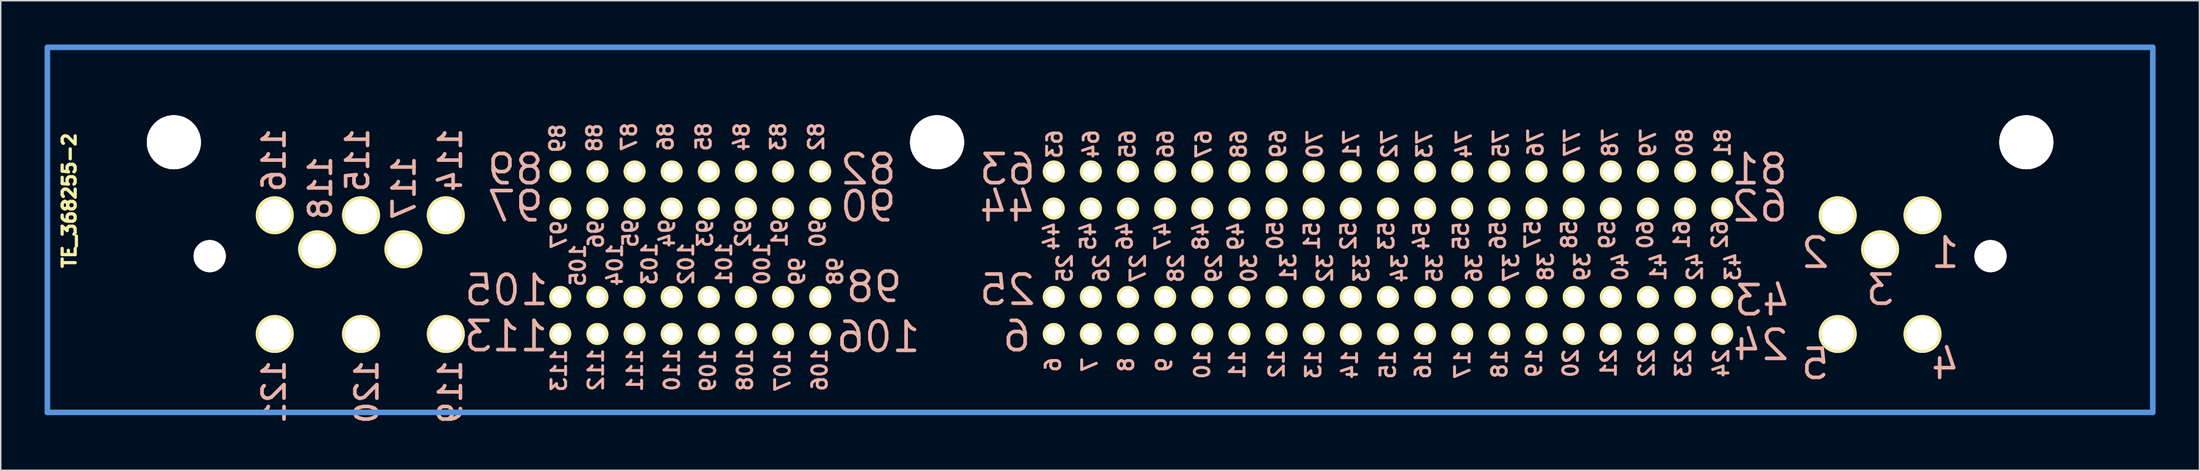
<source format=kicad_pcb>
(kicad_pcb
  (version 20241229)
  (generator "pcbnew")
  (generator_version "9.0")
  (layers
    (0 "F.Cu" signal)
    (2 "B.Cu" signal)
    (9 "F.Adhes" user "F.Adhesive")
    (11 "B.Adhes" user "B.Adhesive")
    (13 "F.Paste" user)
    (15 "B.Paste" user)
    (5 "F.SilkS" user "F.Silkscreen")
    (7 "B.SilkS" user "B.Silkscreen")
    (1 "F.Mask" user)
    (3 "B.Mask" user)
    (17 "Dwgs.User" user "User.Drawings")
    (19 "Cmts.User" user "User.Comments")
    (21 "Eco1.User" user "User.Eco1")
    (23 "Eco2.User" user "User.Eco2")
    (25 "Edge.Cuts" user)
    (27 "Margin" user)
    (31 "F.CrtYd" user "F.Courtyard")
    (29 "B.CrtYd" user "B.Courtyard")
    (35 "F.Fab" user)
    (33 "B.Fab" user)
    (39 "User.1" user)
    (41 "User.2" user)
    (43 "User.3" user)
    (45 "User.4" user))
  (footprint "TE_368255-2"
    (layer "F.Cu")
    (at 15.681 19.82)
    (property "Reference" "TE_368255-2" (at -13.99 -9.14 270) (layer "F.SilkS") (effects (font (size 0.889 0.889) (thickness 0.224))))
    (attr through_hole)
    (fp_line (start -15.49 5.37) (end -15.49 -19.63) (stroke (width 0.381) (type solid)) (layer "Cmts.User"))
    (fp_line (start 128.51 -19.63) (end -15.49 -19.63) (stroke (width 0.381) (type solid)) (layer "Cmts.User"))
    (fp_line (start 128.51 5.37) (end -15.49 5.37) (stroke (width 0.381) (type solid)) (layer "Cmts.User"))
    (fp_line (start 128.51 5.37) (end 128.51 -19.63) (stroke (width 0.381) (type solid)) (layer "Cmts.User"))
    (fp_text user "55" (at 81.2 -6.7 270) (layer "B.SilkS") (effects (font (size 1 1) (thickness 0.2)) (justify mirror)))
    (fp_text user "90" (at 37.2 -6.9 270) (layer "B.SilkS") (effects (font (size 1 1) (thickness 0.2)) (justify mirror)))
    (fp_text user "40" (at 92.1 -4.6 270) (layer "B.SilkS") (effects (font (size 1 1) (thickness 0.2)) (justify mirror)))
    (fp_text user "30" (at 66.7 -4.5 270) (layer "B.SilkS") (effects (font (size 1 1) (thickness 0.2)) (justify mirror)))
    (fp_text user "111" (at 24.7 2.5 270) (layer "B.SilkS") (effects (font (size 1 1) (thickness 0.2)) (justify mirror)))
    (fp_text user "113" (at 15.887 0.156 180) (layer "B.SilkS") (effects (font (size 2 2) (thickness 0.25)) (justify mirror)))
    (fp_text user "85" (at 29.4 -13.5 270) (layer "B.SilkS") (effects (font (size 1 1) (thickness 0.2)) (justify mirror)))
    (fp_text user "76" (at 86.3 -13.1 270) (layer "B.SilkS") (effects (font (size 1 1) (thickness 0.2)) (justify mirror)))
    (fp_text user "89" (at 19.4 -13.4 270) (layer "B.SilkS") (effects (font (size 1 1) (thickness 0.2)) (justify mirror)))
    (fp_text user "19" (at 86.2 2 270) (layer "B.SilkS") (effects (font (size 1 1) (thickness 0.2)) (justify mirror)))
    (fp_text user "36" (at 82.1 -4.5 270) (layer "B.SilkS") (effects (font (size 1 1) (thickness 0.2)) (justify mirror)))
    (fp_text user "28" (at 61.7 -4.5 270) (layer "B.SilkS") (effects (font (size 1 1) (thickness 0.2)) (justify mirror)))
    (fp_text user "82" (at 37.1 -13.5 270) (layer "B.SilkS") (effects (font (size 1 1) (thickness 0.2)) (justify mirror)))
    (fp_text user "5" (at 105.422 2.061 180) (layer "B.SilkS") (effects (font (size 2 2) (thickness 0.25)) (justify mirror)))
    (fp_text user "54" (at 78.5 -6.7 270) (layer "B.SilkS") (effects (font (size 1 1) (thickness 0.2)) (justify mirror)))
    (fp_text user "56" (at 83.732 -6.739 270) (layer "B.SilkS") (effects (font (size 1 1) (thickness 0.2)) (justify mirror)))
    (fp_text user "64" (at 55.9 -13 270) (layer "B.SilkS") (effects (font (size 1 1) (thickness 0.2)) (justify mirror)))
    (fp_text user "17" (at 81.3 2.1 270) (layer "B.SilkS") (effects (font (size 1 1) (thickness 0.2)) (justify mirror)))
    (fp_text user "98" (at 38.4 -4.3 270) (layer "B.SilkS") (effects (font (size 1 1) (thickness 0.2)) (justify mirror)))
    (fp_text user "16" (at 78.6 2.1 270) (layer "B.SilkS") (effects (font (size 1 1) (thickness 0.2)) (justify mirror)))
    (fp_text user "118" (at 3.187 -10.004 270) (layer "B.SilkS") (effects (font (size 1.5 1.5) (thickness 0.25)) (justify mirror)))
    (fp_text user "75" (at 83.932 -13.039 270) (layer "B.SilkS") (effects (font (size 1 1) (thickness 0.2)) (justify mirror)))
    (fp_text user "80" (at 96.5 -13.1 270) (layer "B.SilkS") (effects (font (size 1 1) (thickness 0.2)) (justify mirror)))
    (fp_text user "43" (at 99.8 -4.6 270) (layer "B.SilkS") (effects (font (size 1 1) (thickness 0.2)) (justify mirror)))
    (fp_text user "61" (at 96.3 -6.8 270) (layer "B.SilkS") (effects (font (size 1 1) (thickness 0.2)) (justify mirror)))
    (fp_text user "31" (at 69.392 -4.539 270) (layer "B.SilkS") (effects (font (size 1 1) (thickness 0.2)) (justify mirror)))
    (fp_text user "104" (at 23.332 -4.739 270) (layer "B.SilkS") (effects (font (size 1 1) (thickness 0.2)) (justify mirror)))
    (fp_text user "109" (at 29.7 2.5 270) (layer "B.SilkS") (effects (font (size 1 1) (thickness 0.2)) (justify mirror)))
    (fp_text user "52" (at 73.5 -6.7 270) (layer "B.SilkS") (effects (font (size 1 1) (thickness 0.2)) (justify mirror)))
    (fp_text user "86" (at 26.8 -13.5 270) (layer "B.SilkS") (effects (font (size 1 1) (thickness 0.2)) (justify mirror)))
    (fp_text user "20" (at 88.7 2 270) (layer "B.SilkS") (effects (font (size 1 1) (thickness 0.2)) (justify mirror)))
    (fp_text user "63" (at 50.177 -11.274 180) (layer "B.SilkS") (effects (font (size 2 2) (thickness 0.25)) (justify mirror)))
    (fp_text user "58" (at 88.6 -6.8 270) (layer "B.SilkS") (effects (font (size 1 1) (thickness 0.2)) (justify mirror)))
    (fp_text user "13" (at 71.1 2.1 270) (layer "B.SilkS") (effects (font (size 1 1) (thickness 0.2)) (justify mirror)))
    (fp_text user "25" (at 50.177 -3.019 180) (layer "B.SilkS") (effects (font (size 2 2) (thickness 0.25)) (justify mirror)))
    (fp_text user "70" (at 71.2 -13 270) (layer "B.SilkS") (effects (font (size 1 1) (thickness 0.2)) (justify mirror)))
    (fp_text user "27" (at 59.1 -4.5 270) (layer "B.SilkS") (effects (font (size 1 1) (thickness 0.2)) (justify mirror)))
    (fp_text user "121" (at 0.012 3.966 270) (layer "B.SilkS") (effects (font (size 1.5 1.5) (thickness 0.25)) (justify mirror)))
    (fp_text user "102" (at 28.2 -4.8 270) (layer "B.SilkS") (effects (font (size 1 1) (thickness 0.2)) (justify mirror)))
    (fp_text user "47" (at 60.8 -6.7 270) (layer "B.SilkS") (effects (font (size 1 1) (thickness 0.2)) (justify mirror)))
    (fp_text user "103" (at 25.7 -4.8 270) (layer "B.SilkS") (effects (font (size 1 1) (thickness 0.2)) (justify mirror)))
    (fp_text user "71" (at 73.7 -13 270) (layer "B.SilkS") (effects (font (size 1 1) (thickness 0.2)) (justify mirror)))
    (fp_text user "12" (at 68.592 2.061 270) (layer "B.SilkS") (effects (font (size 1 1) (thickness 0.2)) (justify mirror)))
    (fp_text user "22" (at 93.9 2 270) (layer "B.SilkS") (effects (font (size 1 1) (thickness 0.2)) (justify mirror)))
    (fp_text user "106" (at 37.332 2.461 270) (layer "B.SilkS") (effects (font (size 1 1) (thickness 0.2)) (justify mirror)))
    (fp_text user "32" (at 71.9 -4.5 270) (layer "B.SilkS") (effects (font (size 1 1) (thickness 0.2)) (justify mirror)))
    (fp_text user "48" (at 63.4 -6.7 270) (layer "B.SilkS") (effects (font (size 1 1) (thickness 0.2)) (justify mirror)))
    (fp_text user "93" (at 29.5 -6.9 270) (layer "B.SilkS") (effects (font (size 1 1) (thickness 0.2)) (justify mirror)))
    (fp_text user "10" (at 63.5 2.1 270) (layer "B.SilkS") (effects (font (size 1 1) (thickness 0.2)) (justify mirror)))
    (fp_text user "46" (at 58.2 -6.7 270) (layer "B.SilkS") (effects (font (size 1 1) (thickness 0.2)) (justify mirror)))
    (fp_text user "83" (at 34.5 -13.5 270) (layer "B.SilkS") (effects (font (size 1 1) (thickness 0.2)) (justify mirror)))
    (fp_text user "4" (at 114.312 2.061 180) (layer "B.SilkS") (effects (font (size 2 2) (thickness 0.25)) (justify mirror)))
    (fp_text user "97" (at 16.522 -8.734 180) (layer "B.SilkS") (effects (font (size 2 2) (thickness 0.25)) (justify mirror)))
    (fp_text user "65" (at 58.4 -13 270) (layer "B.SilkS") (effects (font (size 1 1) (thickness 0.2)) (justify mirror)))
    (fp_text user "53" (at 76.1 -6.7 270) (layer "B.SilkS") (effects (font (size 1 1) (thickness 0.2)) (justify mirror)))
    (fp_text user "112" (at 22.032 2.461 270) (layer "B.SilkS") (effects (font (size 1 1) (thickness 0.2)) (justify mirror)))
    (fp_text user "60" (at 93.8 -6.8 270) (layer "B.SilkS") (effects (font (size 1 1) (thickness 0.2)) (justify mirror)))
    (fp_text user "106" (at 41.338 0.207 180) (layer "B.SilkS") (effects (font (size 2 2) (thickness 0.25)) (justify mirror)))
    (fp_text user "90" (at 40.652 -8.734 180) (layer "B.SilkS") (effects (font (size 2 2) (thickness 0.25)) (justify mirror)))
    (fp_text user "6" (at 53.3 2.1 270) (layer "B.SilkS") (effects (font (size 1 1) (thickness 0.2)) (justify mirror)))
    (fp_text user "91" (at 34.6 -6.9 270) (layer "B.SilkS") (effects (font (size 1 1) (thickness 0.2)) (justify mirror)))
    (fp_text user "35" (at 79.4 -4.5 270) (layer "B.SilkS") (effects (font (size 1 1) (thickness 0.2)) (justify mirror)))
    (fp_text user "97" (at 19.5 -6.8 270) (layer "B.SilkS") (effects (font (size 1 1) (thickness 0.2)) (justify mirror)))
    (fp_text user "14" (at 73.6 2.1 270) (layer "B.SilkS") (effects (font (size 1 1) (thickness 0.2)) (justify mirror)))
    (fp_text user "98" (at 41.052 -3.219 180) (layer "B.SilkS") (effects (font (size 2 2) (thickness 0.25)) (justify mirror)))
    (fp_text user "108" (at 32.232 2.461 270) (layer "B.SilkS") (effects (font (size 1 1) (thickness 0.2)) (justify mirror)))
    (fp_text user "23" (at 96.4 2 270) (layer "B.SilkS") (effects (font (size 1 1) (thickness 0.2)) (justify mirror)))
    (fp_text user "119" (at 12.077 3.966 270) (layer "B.SilkS") (effects (font (size 1.5 1.5) (thickness 0.25)) (justify mirror)))
    (fp_text user "100" (at 33.4 -4.8 270) (layer "B.SilkS") (effects (font (size 1 1) (thickness 0.2)) (justify mirror)))
    (fp_text user "82" (at 40.652 -11.274 180) (layer "B.SilkS") (effects (font (size 2 2) (thickness 0.25)) (justify mirror)))
    (fp_text user "7" (at 55.8 2.1 270) (layer "B.SilkS") (effects (font (size 1 1) (thickness 0.2)) (justify mirror)))
    (fp_text user "44" (at 53.2 -6.7 270) (layer "B.SilkS") (effects (font (size 1 1) (thickness 0.2)) (justify mirror)))
    (fp_text user "117" (at 8.902 -10.004 270) (layer "B.SilkS") (effects (font (size 1.5 1.5) (thickness 0.25)) (justify mirror)))
    (fp_text user "45" (at 55.7 -6.7 270) (layer "B.SilkS") (effects (font (size 1 1) (thickness 0.2)) (justify mirror)))
    (fp_text user "114" (at 12.077 -11.909 270) (layer "B.SilkS") (effects (font (size 1.5 1.5) (thickness 0.25)) (justify mirror)))
    (fp_text user "69" (at 68.692 -13.039 270) (layer "B.SilkS") (effects (font (size 1 1) (thickness 0.2)) (justify mirror)))
    (fp_text user "88" (at 21.932 -13.439 270) (layer "B.SilkS") (effects (font (size 1 1) (thickness 0.2)) (justify mirror)))
    (fp_text user "26" (at 56.6 -4.5 270) (layer "B.SilkS") (effects (font (size 1 1) (thickness 0.2)) (justify mirror)))
    (fp_text user "41" (at 94.7 -4.6 270) (layer "B.SilkS") (effects (font (size 1 1) (thickness 0.2)) (justify mirror)))
    (fp_text user "24" (at 99 2 270) (layer "B.SilkS") (effects (font (size 1 1) (thickness 0.2)) (justify mirror)))
    (fp_text user "62" (at 101.612 -8.734 180) (layer "B.SilkS") (effects (font (size 2 2) (thickness 0.25)) (justify mirror)))
    (fp_text user "110" (at 27.232 2.461 270) (layer "B.SilkS") (effects (font (size 1 1) (thickness 0.2)) (justify mirror)))
    (fp_text user "78" (at 91.4 -13.1 270) (layer "B.SilkS") (effects (font (size 1 1) (thickness 0.2)) (justify mirror)))
    (fp_text user "96" (at 22.032 -6.839 270) (layer "B.SilkS") (effects (font (size 1 1) (thickness 0.2)) (justify mirror)))
    (fp_text user "105" (at 15.912 -3.004 180) (layer "B.SilkS") (effects (font (size 2 2) (thickness 0.25)) (justify mirror)))
    (fp_text user "116" (at 0.012 -11.909 270) (layer "B.SilkS") (effects (font (size 1.5 1.5) (thickness 0.25)) (justify mirror)))
    (fp_text user "87" (at 24.3 -13.5 270) (layer "B.SilkS") (effects (font (size 1 1) (thickness 0.2)) (justify mirror)))
    (fp_text user "25" (at 54.1 -4.5 270) (layer "B.SilkS") (effects (font (size 1 1) (thickness 0.2)) (justify mirror)))
    (fp_text user "68" (at 66 -13 270) (layer "B.SilkS") (effects (font (size 1 1) (thickness 0.2)) (justify mirror)))
    (fp_text user "15" (at 76.2 2.1 270) (layer "B.SilkS") (effects (font (size 1 1) (thickness 0.2)) (justify mirror)))
    (fp_text user "49" (at 65.8 -6.7 270) (layer "B.SilkS") (effects (font (size 1 1) (thickness 0.2)) (justify mirror)))
    (fp_text user "1" (at 114.312 -5.559 180) (layer "B.SilkS") (effects (font (size 2 2) (thickness 0.25)) (justify mirror)))
    (fp_text user "43" (at 101.8 -2.3 180) (layer "B.SilkS") (effects (font (size 2 2) (thickness 0.25)) (justify mirror)))
    (fp_text user "33" (at 74.4 -4.5 270) (layer "B.SilkS") (effects (font (size 1 1) (thickness 0.2)) (justify mirror)))
    (fp_text user "51" (at 71 -6.7 270) (layer "B.SilkS") (effects (font (size 1 1) (thickness 0.2)) (justify mirror)))
    (fp_text user "81" (at 101.612 -11.274 180) (layer "B.SilkS") (effects (font (size 2 2) (thickness 0.25)) (justify mirror)))
    (fp_text user "79" (at 94 -13.1 270) (layer "B.SilkS") (effects (font (size 1 1) (thickness 0.2)) (justify mirror)))
    (fp_text user "24" (at 101.712 0.756 180) (layer "B.SilkS") (effects (font (size 2 2) (thickness 0.25)) (justify mirror)))
    (fp_text user "89" (at 16.522 -11.274 180) (layer "B.SilkS") (effects (font (size 2 2) (thickness 0.25)) (justify mirror)))
    (fp_text user "74" (at 81.4 -13 270) (layer "B.SilkS") (effects (font (size 1 1) (thickness 0.2)) (justify mirror)))
    (fp_text user "59" (at 91.2 -6.8 270) (layer "B.SilkS") (effects (font (size 1 1) (thickness 0.2)) (justify mirror)))
    (fp_text user "34" (at 77 -4.5 270) (layer "B.SilkS") (effects (font (size 1 1) (thickness 0.2)) (justify mirror)))
    (fp_text user "50" (at 68.492 -6.739 270) (layer "B.SilkS") (effects (font (size 1 1) (thickness 0.2)) (justify mirror)))
    (fp_text user "37" (at 84.632 -4.539 270) (layer "B.SilkS") (effects (font (size 1 1) (thickness 0.2)) (justify mirror)))
    (fp_text user "84" (at 32 -13.5 270) (layer "B.SilkS") (effects (font (size 1 1) (thickness 0.2)) (justify mirror)))
    (fp_text user "9" (at 60.9 2.1 270) (layer "B.SilkS") (effects (font (size 1 1) (thickness 0.2)) (justify mirror)))
    (fp_text user "21" (at 91.3 2 270) (layer "B.SilkS") (effects (font (size 1 1) (thickness 0.2)) (justify mirror)))
    (fp_text user "62" (at 98.9 -6.8 270) (layer "B.SilkS") (effects (font (size 1 1) (thickness 0.2)) (justify mirror)))
    (fp_text user "11" (at 65.9 2.1 270) (layer "B.SilkS") (effects (font (size 1 1) (thickness 0.2)) (justify mirror)))
    (fp_text user "18" (at 83.832 2.061 270) (layer "B.SilkS") (effects (font (size 1 1) (thickness 0.2)) (justify mirror)))
    (fp_text user "72" (at 76.3 -13 270) (layer "B.SilkS") (effects (font (size 1 1) (thickness 0.2)) (justify mirror)))
    (fp_text user "8" (at 58.3 2.1 270) (layer "B.SilkS") (effects (font (size 1 1) (thickness 0.2)) (justify mirror)))
    (fp_text user "77" (at 88.8 -13.1 270) (layer "B.SilkS") (effects (font (size 1 1) (thickness 0.2)) (justify mirror)))
    (fp_text user "3" (at 109.867 -3.019 180) (layer "B.SilkS") (effects (font (size 2 2) (thickness 0.25)) (justify mirror)))
    (fp_text user "99" (at 35.8 -4.3 270) (layer "B.SilkS") (effects (font (size 1 1) (thickness 0.2)) (justify mirror)))
    (fp_text user "44" (at 50.177 -8.734 180) (layer "B.SilkS") (effects (font (size 2 2) (thickness 0.25)) (justify mirror)))
    (fp_text user "94" (at 26.9 -6.9 270) (layer "B.SilkS") (effects (font (size 1 1) (thickness 0.2)) (justify mirror)))
    (fp_text user "2" (at 105.422 -5.559 180) (layer "B.SilkS") (effects (font (size 2 2) (thickness 0.25)) (justify mirror)))
    (fp_text user "39" (at 89.5 -4.6 270) (layer "B.SilkS") (effects (font (size 1 1) (thickness 0.2)) (justify mirror)))
    (fp_text user "29" (at 64.3 -4.5 270) (layer "B.SilkS") (effects (font (size 1 1) (thickness 0.2)) (justify mirror)))
    (fp_text user "115" (at 5.727 -11.909 270) (layer "B.SilkS") (effects (font (size 1.5 1.5) (thickness 0.25)) (justify mirror)))
    (fp_text user "105" (at 20.8 -4.7 270) (layer "B.SilkS") (effects (font (size 1 1) (thickness 0.2)) (justify mirror)))
    (fp_text user "67" (at 63.6 -13 270) (layer "B.SilkS") (effects (font (size 1 1) (thickness 0.2)) (justify mirror)))
    (fp_text user "120" (at 6.362 3.966 270) (layer "B.SilkS") (effects (font (size 1.5 1.5) (thickness 0.25)) (justify mirror)))
    (fp_text user "38" (at 87 -4.6 270) (layer "B.SilkS") (effects (font (size 1 1) (thickness 0.2)) (justify mirror)))
    (fp_text user "92" (at 32.1 -6.9 270) (layer "B.SilkS") (effects (font (size 1 1) (thickness 0.2)) (justify mirror)))
    (fp_text user "107" (at 34.8 2.5 270) (layer "B.SilkS") (effects (font (size 1 1) (thickness 0.2)) (justify mirror)))
    (fp_text user "57" (at 86.1 -6.8 270) (layer "B.SilkS") (effects (font (size 1 1) (thickness 0.2)) (justify mirror)))
    (fp_text user "113" (at 19.5 2.5 270) (layer "B.SilkS") (effects (font (size 1 1) (thickness 0.2)) (justify mirror)))
    (fp_text user "81" (at 99.1 -13.1 270) (layer "B.SilkS") (effects (font (size 1 1) (thickness 0.2)) (justify mirror)))
    (fp_text user "42" (at 97.2 -4.6 270) (layer "B.SilkS") (effects (font (size 1 1) (thickness 0.2)) (justify mirror)))
    (fp_text user "6" (at 50.812 0.156 180) (layer "B.SilkS") (effects (font (size 2 2) (thickness 0.25)) (justify mirror)))
    (fp_text user "63" (at 53.4 -13 270) (layer "B.SilkS") (effects (font (size 1 1) (thickness 0.2)) (justify mirror)))
    (fp_text user "73" (at 78.7 -13 270) (layer "B.SilkS") (effects (font (size 1 1) (thickness 0.2)) (justify mirror)))
    (fp_text user "66" (at 61 -13 270) (layer "B.SilkS") (effects (font (size 1 1) (thickness 0.2)) (justify mirror)))
    (fp_text user "95" (at 24.4 -6.9 270) (layer "B.SilkS") (effects (font (size 1 1) (thickness 0.2)) (justify mirror)))
    (fp_text user "101" (at 30.8 -4.8 270) (layer "B.SilkS") (effects (font (size 1 1) (thickness 0.2)) (justify mirror)))
    (pad "" thru_hole circle (at -6.84 -13.13 180) (size 3.7 3.7) (drill 3.7) (layers "*.Cu" "*.Mask" "F.SilkS"))
    (pad "" thru_hole circle (at -4.39 -5.33 180) (size 2.2 2.2) (drill 2.2) (layers "*.Cu" "*.Mask" "F.SilkS"))
    (pad "" thru_hole circle (at 45.36 -13.13 180) (size 3.7 3.7) (drill 3.7) (layers "*.Cu" "*.Mask" "F.SilkS"))
    (pad "" thru_hole circle (at 117.41 -5.33 180) (size 2.2 2.2) (drill 2.2) (layers "*.Cu" "*.Mask" "F.SilkS"))
    (pad "" thru_hole circle (at 119.86 -13.13 180) (size 3.7 3.7) (drill 3.7) (layers "*.Cu" "*.Mask" "F.SilkS"))
    (pad "1" thru_hole circle (at 112.76 -8.13 180) (size 2.6 2.6) (drill 2.2) (layers "*.Cu" "*.Mask" "F.SilkS"))
    (pad "2" thru_hole circle (at 106.96 -8.13 180) (size 2.6 2.6) (drill 2.2) (layers "*.Cu" "*.Mask" "F.SilkS"))
    (pad "3" thru_hole circle (at 109.86 -5.8 180) (size 2.6 2.6) (drill 2.2) (layers "*.Cu" "*.Mask" "F.SilkS"))
    (pad "4" thru_hole circle (at 112.76 0) (size 2.6 2.6) (drill 2.2) (layers "*.Cu" "*.Mask" "F.SilkS"))
    (pad "5" thru_hole circle (at 106.96 0) (size 2.6 2.6) (drill 2.2) (layers "*.Cu" "*.Mask" "F.SilkS"))
    (pad "6" thru_hole circle (at 53.34 0 180) (size 1.5 1.5) (drill 1.1) (layers "*.Cu" "*.Mask" "F.SilkS"))
    (pad "7" thru_hole circle (at 55.88 0 180) (size 1.5 1.5) (drill 1.1) (layers "*.Cu" "*.Mask" "F.SilkS"))
    (pad "8" thru_hole circle (at 58.42 0 180) (size 1.5 1.5) (drill 1.1) (layers "*.Cu" "*.Mask" "F.SilkS"))
    (pad "9" thru_hole circle (at 60.96 0 180) (size 1.5 1.5) (drill 1.1) (layers "*.Cu" "*.Mask" "F.SilkS"))
    (pad "10" thru_hole circle (at 63.5 0 180) (size 1.5 1.5) (drill 1.1) (layers "*.Cu" "*.Mask" "F.SilkS"))
    (pad "11" thru_hole circle (at 66.04 0 180) (size 1.5 1.5) (drill 1.1) (layers "*.Cu" "*.Mask" "F.SilkS"))
    (pad "12" thru_hole circle (at 68.58 0 180) (size 1.5 1.5) (drill 1.1) (layers "*.Cu" "*.Mask" "F.SilkS"))
    (pad "13" thru_hole circle (at 71.12 0 180) (size 1.5 1.5) (drill 1.1) (layers "*.Cu" "*.Mask" "F.SilkS"))
    (pad "14" thru_hole circle (at 73.66 0 180) (size 1.5 1.5) (drill 1.1) (layers "*.Cu" "*.Mask" "F.SilkS"))
    (pad "15" thru_hole circle (at 76.2 0 180) (size 1.5 1.5) (drill 1.1) (layers "*.Cu" "*.Mask" "F.SilkS"))
    (pad "16" thru_hole circle (at 78.74 0 180) (size 1.5 1.5) (drill 1.1) (layers "*.Cu" "*.Mask" "F.SilkS"))
    (pad "17" thru_hole circle (at 81.28 0 180) (size 1.5 1.5) (drill 1.1) (layers "*.Cu" "*.Mask" "F.SilkS"))
    (pad "18" thru_hole circle (at 83.82 0 180) (size 1.5 1.5) (drill 1.1) (layers "*.Cu" "*.Mask" "F.SilkS"))
    (pad "19" thru_hole circle (at 86.36 0 180) (size 1.5 1.5) (drill 1.1) (layers "*.Cu" "*.Mask" "F.SilkS"))
    (pad "20" thru_hole circle (at 88.9 0 180) (size 1.5 1.5) (drill 1.1) (layers "*.Cu" "*.Mask" "F.SilkS"))
    (pad "21" thru_hole circle (at 91.44 0 180) (size 1.5 1.5) (drill 1.1) (layers "*.Cu" "*.Mask" "F.SilkS"))
    (pad "22" thru_hole circle (at 93.98 0 180) (size 1.5 1.5) (drill 1.1) (layers "*.Cu" "*.Mask" "F.SilkS"))
    (pad "23" thru_hole circle (at 96.52 0 180) (size 1.5 1.5) (drill 1.1) (layers "*.Cu" "*.Mask" "F.SilkS"))
    (pad "24" thru_hole circle (at 99.06 0 180) (size 1.5 1.5) (drill 1.1) (layers "*.Cu" "*.Mask" "F.SilkS"))
    (pad "25" thru_hole circle (at 53.34 -2.54 180) (size 1.5 1.5) (drill 1.1) (layers "*.Cu" "*.Mask" "F.SilkS"))
    (pad "26" thru_hole circle (at 55.88 -2.54 180) (size 1.5 1.5) (drill 1.1) (layers "*.Cu" "*.Mask" "F.SilkS"))
    (pad "27" thru_hole circle (at 58.42 -2.54 180) (size 1.5 1.5) (drill 1.1) (layers "*.Cu" "*.Mask" "F.SilkS"))
    (pad "28" thru_hole circle (at 60.96 -2.54 180) (size 1.5 1.5) (drill 1.1) (layers "*.Cu" "*.Mask" "F.SilkS"))
    (pad "29" thru_hole circle (at 63.5 -2.54 180) (size 1.5 1.5) (drill 1.1) (layers "*.Cu" "*.Mask" "F.SilkS"))
    (pad "30" thru_hole circle (at 66.04 -2.54 180) (size 1.5 1.5) (drill 1.1) (layers "*.Cu" "*.Mask" "F.SilkS"))
    (pad "31" thru_hole circle (at 68.58 -2.54 180) (size 1.5 1.5) (drill 1.1) (layers "*.Cu" "*.Mask" "F.SilkS"))
    (pad "32" thru_hole circle (at 71.12 -2.54 180) (size 1.5 1.5) (drill 1.1) (layers "*.Cu" "*.Mask" "F.SilkS"))
    (pad "33" thru_hole circle (at 73.66 -2.54 180) (size 1.5 1.5) (drill 1.1) (layers "*.Cu" "*.Mask" "F.SilkS"))
    (pad "34" thru_hole circle (at 76.2 -2.54 180) (size 1.5 1.5) (drill 1.1) (layers "*.Cu" "*.Mask" "F.SilkS"))
    (pad "35" thru_hole circle (at 78.74 -2.54 180) (size 1.5 1.5) (drill 1.1) (layers "*.Cu" "*.Mask" "F.SilkS"))
    (pad "36" thru_hole circle (at 81.28 -2.54 180) (size 1.5 1.5) (drill 1.1) (layers "*.Cu" "*.Mask" "F.SilkS"))
    (pad "37" thru_hole circle (at 83.82 -2.54 180) (size 1.5 1.5) (drill 1.1) (layers "*.Cu" "*.Mask" "F.SilkS"))
    (pad "38" thru_hole circle (at 86.36 -2.54 180) (size 1.5 1.5) (drill 1.1) (layers "*.Cu" "*.Mask" "F.SilkS"))
    (pad "39" thru_hole circle (at 88.9 -2.54 180) (size 1.5 1.5) (drill 1.1) (layers "*.Cu" "*.Mask" "F.SilkS"))
    (pad "40" thru_hole circle (at 91.44 -2.54 180) (size 1.5 1.5) (drill 1.1) (layers "*.Cu" "*.Mask" "F.SilkS"))
    (pad "41" thru_hole circle (at 93.98 -2.54 180) (size 1.5 1.5) (drill 1.1) (layers "*.Cu" "*.Mask" "F.SilkS"))
    (pad "42" thru_hole circle (at 96.52 -2.54 180) (size 1.5 1.5) (drill 1.1) (layers "*.Cu" "*.Mask" "F.SilkS"))
    (pad "43" thru_hole circle (at 99.06 -2.54 180) (size 1.5 1.5) (drill 1.1) (layers "*.Cu" "*.Mask" "F.SilkS"))
    (pad "44" thru_hole circle (at 53.34 -8.59 180) (size 1.5 1.5) (drill 1.1) (layers "*.Cu" "*.Mask" "F.SilkS"))
    (pad "45" thru_hole circle (at 55.88 -8.59 180) (size 1.5 1.5) (drill 1.1) (layers "*.Cu" "*.Mask" "F.SilkS"))
    (pad "46" thru_hole circle (at 58.42 -8.59 180) (size 1.5 1.5) (drill 1.1) (layers "*.Cu" "*.Mask" "F.SilkS"))
    (pad "47" thru_hole circle (at 60.96 -8.59 180) (size 1.5 1.5) (drill 1.1) (layers "*.Cu" "*.Mask" "F.SilkS"))
    (pad "48" thru_hole circle (at 63.5 -8.59 180) (size 1.5 1.5) (drill 1.1) (layers "*.Cu" "*.Mask" "F.SilkS"))
    (pad "49" thru_hole circle (at 66.04 -8.59 180) (size 1.5 1.5) (drill 1.1) (layers "*.Cu" "*.Mask" "F.SilkS"))
    (pad "50" thru_hole circle (at 68.58 -8.59 180) (size 1.5 1.5) (drill 1.1) (layers "*.Cu" "*.Mask" "F.SilkS"))
    (pad "51" thru_hole circle (at 71.12 -8.59 180) (size 1.5 1.5) (drill 1.1) (layers "*.Cu" "*.Mask" "F.SilkS"))
    (pad "52" thru_hole circle (at 73.66 -8.59 180) (size 1.5 1.5) (drill 1.1) (layers "*.Cu" "*.Mask" "F.SilkS"))
    (pad "53" thru_hole circle (at 76.2 -8.59 180) (size 1.5 1.5) (drill 1.1) (layers "*.Cu" "*.Mask" "F.SilkS"))
    (pad "54" thru_hole circle (at 78.74 -8.59 180) (size 1.5 1.5) (drill 1.1) (layers "*.Cu" "*.Mask" "F.SilkS"))
    (pad "55" thru_hole circle (at 81.28 -8.59 180) (size 1.5 1.5) (drill 1.1) (layers "*.Cu" "*.Mask" "F.SilkS"))
    (pad "56" thru_hole circle (at 83.82 -8.59 180) (size 1.5 1.5) (drill 1.1) (layers "*.Cu" "*.Mask" "F.SilkS"))
    (pad "57" thru_hole circle (at 86.36 -8.59 180) (size 1.5 1.5) (drill 1.1) (layers "*.Cu" "*.Mask" "F.SilkS"))
    (pad "58" thru_hole circle (at 88.9 -8.59 180) (size 1.5 1.5) (drill 1.1) (layers "*.Cu" "*.Mask" "F.SilkS"))
    (pad "59" thru_hole circle (at 91.44 -8.59 180) (size 1.5 1.5) (drill 1.1) (layers "*.Cu" "*.Mask" "F.SilkS"))
    (pad "60" thru_hole circle (at 93.98 -8.59 180) (size 1.5 1.5) (drill 1.1) (layers "*.Cu" "*.Mask" "F.SilkS"))
    (pad "61" thru_hole circle (at 96.52 -8.59 180) (size 1.5 1.5) (drill 1.1) (layers "*.Cu" "*.Mask" "F.SilkS"))
    (pad "62" thru_hole circle (at 99.06 -8.59 180) (size 1.5 1.5) (drill 1.1) (layers "*.Cu" "*.Mask" "F.SilkS"))
    (pad "63" thru_hole circle (at 53.34 -11.13 180) (size 1.5 1.5) (drill 1.1) (layers "*.Cu" "*.Mask" "F.SilkS"))
    (pad "64" thru_hole circle (at 55.88 -11.13 180) (size 1.5 1.5) (drill 1.1) (layers "*.Cu" "*.Mask" "F.SilkS"))
    (pad "65" thru_hole circle (at 58.42 -11.13 180) (size 1.5 1.5) (drill 1.1) (layers "*.Cu" "*.Mask" "F.SilkS"))
    (pad "66" thru_hole circle (at 60.96 -11.13 180) (size 1.5 1.5) (drill 1.1) (layers "*.Cu" "*.Mask" "F.SilkS"))
    (pad "67" thru_hole circle (at 63.5 -11.13 180) (size 1.5 1.5) (drill 1.1) (layers "*.Cu" "*.Mask" "F.SilkS"))
    (pad "68" thru_hole circle (at 66.04 -11.13 180) (size 1.5 1.5) (drill 1.1) (layers "*.Cu" "*.Mask" "F.SilkS"))
    (pad "69" thru_hole circle (at 68.58 -11.13 180) (size 1.5 1.5) (drill 1.1) (layers "*.Cu" "*.Mask" "F.SilkS"))
    (pad "70" thru_hole circle (at 71.12 -11.13 180) (size 1.5 1.5) (drill 1.1) (layers "*.Cu" "*.Mask" "F.SilkS"))
    (pad "71" thru_hole circle (at 73.66 -11.13 180) (size 1.5 1.5) (drill 1.1) (layers "*.Cu" "*.Mask" "F.SilkS"))
    (pad "72" thru_hole circle (at 76.2 -11.13 180) (size 1.5 1.5) (drill 1.1) (layers "*.Cu" "*.Mask" "F.SilkS"))
    (pad "73" thru_hole circle (at 78.74 -11.13 180) (size 1.5 1.5) (drill 1.1) (layers "*.Cu" "*.Mask" "F.SilkS"))
    (pad "74" thru_hole circle (at 81.28 -11.13 180) (size 1.5 1.5) (drill 1.1) (layers "*.Cu" "*.Mask" "F.SilkS"))
    (pad "75" thru_hole circle (at 83.82 -11.13 180) (size 1.5 1.5) (drill 1.1) (layers "*.Cu" "*.Mask" "F.SilkS"))
    (pad "76" thru_hole circle (at 86.36 -11.13 180) (size 1.5 1.5) (drill 1.1) (layers "*.Cu" "*.Mask" "F.SilkS"))
    (pad "77" thru_hole circle (at 88.9 -11.13 180) (size 1.5 1.5) (drill 1.1) (layers "*.Cu" "*.Mask" "F.SilkS"))
    (pad "78" thru_hole circle (at 91.44 -11.13 180) (size 1.5 1.5) (drill 1.1) (layers "*.Cu" "*.Mask" "F.SilkS"))
    (pad "79" thru_hole circle (at 93.98 -11.13 180) (size 1.5 1.5) (drill 1.1) (layers "*.Cu" "*.Mask" "F.SilkS"))
    (pad "80" thru_hole circle (at 96.52 -11.13 180) (size 1.5 1.5) (drill 1.1) (layers "*.Cu" "*.Mask" "F.SilkS"))
    (pad "81" thru_hole circle (at 99.06 -11.13 180) (size 1.5 1.5) (drill 1.1) (layers "*.Cu" "*.Mask" "F.SilkS"))
    (pad "82" thru_hole circle (at 37.37 -11.13 180) (size 1.5 1.5) (drill 1.1) (layers "*.Cu" "*.Mask" "F.SilkS"))
    (pad "83" thru_hole circle (at 34.83 -11.13 180) (size 1.5 1.5) (drill 1.1) (layers "*.Cu" "*.Mask" "F.SilkS"))
    (pad "84" thru_hole circle (at 32.29 -11.13 180) (size 1.5 1.5) (drill 1.1) (layers "*.Cu" "*.Mask" "F.SilkS"))
    (pad "85" thru_hole circle (at 29.75 -11.13 180) (size 1.5 1.5) (drill 1.1) (layers "*.Cu" "*.Mask" "F.SilkS"))
    (pad "86" thru_hole circle (at 27.21 -11.13 180) (size 1.5 1.5) (drill 1.1) (layers "*.Cu" "*.Mask" "F.SilkS"))
    (pad "87" thru_hole circle (at 24.67 -11.13 180) (size 1.5 1.5) (drill 1.1) (layers "*.Cu" "*.Mask" "F.SilkS"))
    (pad "88" thru_hole circle (at 22.13 -11.13 180) (size 1.5 1.5) (drill 1.1) (layers "*.Cu" "*.Mask" "F.SilkS"))
    (pad "89" thru_hole circle (at 19.59 -11.13 180) (size 1.5 1.5) (drill 1.1) (layers "*.Cu" "*.Mask" "F.SilkS"))
    (pad "90" thru_hole circle (at 37.37 -8.59 180) (size 1.5 1.5) (drill 1.1) (layers "*.Cu" "*.Mask" "F.SilkS"))
    (pad "91" thru_hole circle (at 34.83 -8.59 180) (size 1.5 1.5) (drill 1.1) (layers "*.Cu" "*.Mask" "F.SilkS"))
    (pad "92" thru_hole circle (at 32.29 -8.59 180) (size 1.5 1.5) (drill 1.1) (layers "*.Cu" "*.Mask" "F.SilkS"))
    (pad "93" thru_hole circle (at 29.75 -8.59 180) (size 1.5 1.5) (drill 1.1) (layers "*.Cu" "*.Mask" "F.SilkS"))
    (pad "94" thru_hole circle (at 27.21 -8.59 180) (size 1.5 1.5) (drill 1.1) (layers "*.Cu" "*.Mask" "F.SilkS"))
    (pad "95" thru_hole circle (at 24.67 -8.59 180) (size 1.5 1.5) (drill 1.1) (layers "*.Cu" "*.Mask" "F.SilkS"))
    (pad "96" thru_hole circle (at 22.13 -8.59 180) (size 1.5 1.5) (drill 1.1) (layers "*.Cu" "*.Mask" "F.SilkS"))
    (pad "97" thru_hole circle (at 19.59 -8.59 180) (size 1.5 1.5) (drill 1.1) (layers "*.Cu" "*.Mask" "F.SilkS"))
    (pad "98" thru_hole circle (at 37.37 -2.54 180) (size 1.5 1.5) (drill 1.1) (layers "*.Cu" "*.Mask" "F.SilkS"))
    (pad "99" thru_hole circle (at 34.83 -2.54 180) (size 1.5 1.5) (drill 1.1) (layers "*.Cu" "*.Mask" "F.SilkS"))
    (pad "100" thru_hole circle (at 32.29 -2.54 180) (size 1.5 1.5) (drill 1.1) (layers "*.Cu" "*.Mask" "F.SilkS"))
    (pad "101" thru_hole circle (at 29.75 -2.54 180) (size 1.5 1.5) (drill 1.1) (layers "*.Cu" "*.Mask" "F.SilkS"))
    (pad "102" thru_hole circle (at 27.21 -2.54 180) (size 1.5 1.5) (drill 1.1) (layers "*.Cu" "*.Mask" "F.SilkS"))
    (pad "103" thru_hole circle (at 24.67 -2.54 180) (size 1.5 1.5) (drill 1.1) (layers "*.Cu" "*.Mask" "F.SilkS"))
    (pad "104" thru_hole circle (at 22.13 -2.54 180) (size 1.5 1.5) (drill 1.1) (layers "*.Cu" "*.Mask" "F.SilkS"))
    (pad "105" thru_hole circle (at 19.59 -2.54 180) (size 1.5 1.5) (drill 1.1) (layers "*.Cu" "*.Mask" "F.SilkS"))
    (pad "106" thru_hole circle (at 37.37 0 180) (size 1.5 1.5) (drill 1.1) (layers "*.Cu" "*.Mask" "F.SilkS"))
    (pad "107" thru_hole circle (at 34.83 0 180) (size 1.5 1.5) (drill 1.1) (layers "*.Cu" "*.Mask" "F.SilkS"))
    (pad "108" thru_hole circle (at 32.29 0 180) (size 1.5 1.5) (drill 1.1) (layers "*.Cu" "*.Mask" "F.SilkS"))
    (pad "109" thru_hole circle (at 29.75 0 180) (size 1.5 1.5) (drill 1.1) (layers "*.Cu" "*.Mask" "F.SilkS"))
    (pad "110" thru_hole circle (at 27.21 0 180) (size 1.5 1.5) (drill 1.1) (layers "*.Cu" "*.Mask" "F.SilkS"))
    (pad "111" thru_hole circle (at 24.67 0 180) (size 1.5 1.5) (drill 1.1) (layers "*.Cu" "*.Mask" "F.SilkS"))
    (pad "112" thru_hole circle (at 22.13 0 180) (size 1.5 1.5) (drill 1.1) (layers "*.Cu" "*.Mask" "F.SilkS"))
    (pad "113" thru_hole circle (at 19.59 0 180) (size 1.5 1.5) (drill 1.1) (layers "*.Cu" "*.Mask" "F.SilkS"))
    (pad "114" thru_hole circle (at 11.76 -8.13 180) (size 2.6 2.6) (drill 2.2) (layers "*.Cu" "*.Mask" "F.SilkS"))
    (pad "115" thru_hole circle (at 5.96 -8.13 180) (size 2.6 2.6) (drill 2.2) (layers "*.Cu" "*.Mask" "F.SilkS"))
    (pad "116" thru_hole circle (at 0.06 -8.13 180) (size 2.6 2.6) (drill 2.2) (layers "*.Cu" "*.Mask" "F.SilkS"))
    (pad "117" thru_hole circle (at 8.86 -5.8 180) (size 2.6 2.6) (drill 2.2) (layers "*.Cu" "*.Mask" "F.SilkS"))
    (pad "118" thru_hole circle (at 2.96 -5.8 180) (size 2.6 2.6) (drill 2.2) (layers "*.Cu" "*.Mask" "F.SilkS"))
    (pad "119" thru_hole circle (at 11.76 0) (size 2.6 2.6) (drill 2.2) (layers "*.Cu" "*.Mask" "F.SilkS"))
    (pad "120" thru_hole circle (at 5.96 0) (size 2.6 2.6) (drill 2.2) (layers "*.Cu" "*.Mask" "F.SilkS"))
    (pad "121" thru_hole circle (at 0.06 0) (size 2.6 2.6) (drill 2.2) (layers "*.Cu" "*.Mask" "F.SilkS")))
  (gr_rect
    (start -3 -3)
    (end 147.381 29.154)
    (stroke (width 0.1) (type default))
    (fill no)
    (layer "Edge.Cuts")))
</source>
